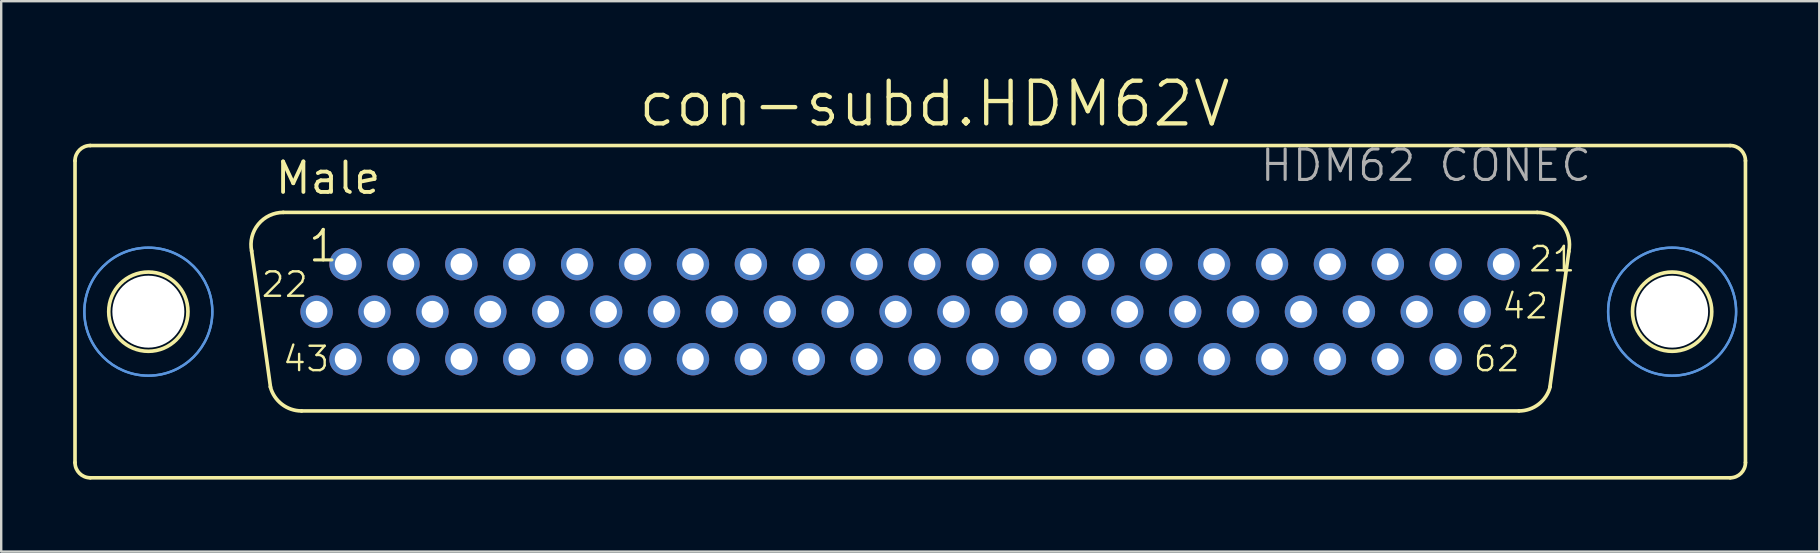
<source format=kicad_pcb>
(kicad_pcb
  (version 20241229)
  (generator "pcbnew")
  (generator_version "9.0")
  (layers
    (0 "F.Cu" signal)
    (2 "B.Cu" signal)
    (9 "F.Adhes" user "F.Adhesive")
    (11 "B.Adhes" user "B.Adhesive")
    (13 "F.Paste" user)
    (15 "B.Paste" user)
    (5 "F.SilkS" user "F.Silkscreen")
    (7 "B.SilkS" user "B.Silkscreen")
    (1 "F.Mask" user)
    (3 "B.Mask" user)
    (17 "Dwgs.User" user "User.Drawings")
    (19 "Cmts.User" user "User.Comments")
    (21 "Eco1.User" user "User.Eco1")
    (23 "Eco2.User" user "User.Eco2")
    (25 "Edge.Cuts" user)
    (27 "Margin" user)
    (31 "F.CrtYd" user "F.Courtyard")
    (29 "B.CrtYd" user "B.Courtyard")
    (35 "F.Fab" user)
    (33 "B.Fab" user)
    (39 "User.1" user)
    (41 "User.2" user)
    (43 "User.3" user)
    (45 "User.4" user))
  (footprint "con-subd.HDM62V"
    (layer "F.Cu")
    (at 34.882 9.938)
    (property "Reference" "con-subd.HDM62V" (at -11.43 -7.62 0) (layer "F.SilkS") (effects (font (size 1.778 1.778) (thickness 0.18)) (justify left bottom)))
    (attr through_hole)
    (fp_line (start -34.806 -6.288) (end -34.806 6.288) (stroke (width 0.152) (type default)) (layer "F.SilkS"))
    (fp_line (start -34.163 6.923) (end 34.171 6.923) (stroke (width 0.152) (type default)) (layer "F.SilkS"))
    (fp_line (start -26.659 3.146) (end -27.447 -2.537) (stroke (width 0.152) (type default)) (layer "F.SilkS"))
    (fp_line (start -26.126 -4.137) (end 26.126 -4.137) (stroke (width 0.152) (type default)) (layer "F.SilkS"))
    (fp_line (start -25.364 4.137) (end 25.364 4.137) (stroke (width 0.152) (type default)) (layer "F.SilkS"))
    (fp_line (start 27.447 -2.511) (end 26.659 3.121) (stroke (width 0.152) (type default)) (layer "F.SilkS"))
    (fp_line (start 34.163 -6.923) (end -34.171 -6.923) (stroke (width 0.152) (type default)) (layer "F.SilkS"))
    (fp_line (start 34.806 -6.288) (end 34.806 6.288) (stroke (width 0.152) (type default)) (layer "F.SilkS"))
    (fp_arc (start -34.806 -6.288) (mid -34.620013 -6.737013) (end -34.171 -6.923) (stroke (width 0.1524) (type default)) (layer "F.SilkS"))
    (fp_arc (start -34.171 6.923) (mid -34.620013 6.737013) (end -34.806 6.288) (stroke (width 0.1524) (type default)) (layer "F.SilkS"))
    (fp_arc (start -27.4461 -2.5268) (mid -27.167082 -3.644284) (end -26.126 -4.137) (stroke (width 0.1524) (type default)) (layer "F.SilkS"))
    (fp_arc (start -25.364 4.137) (mid -26.1875 3.855746) (end -26.6669 3.1295) (stroke (width 0.1524) (type default)) (layer "F.SilkS"))
    (fp_arc (start 26.126 -4.137) (mid 27.174556 -3.635184) (end 27.4415 -2.5038) (stroke (width 0.1524) (type default)) (layer "F.SilkS"))
    (fp_arc (start 26.6669 3.1295) (mid 26.1875 3.855746) (end 25.364 4.137) (stroke (width 0.1524) (type default)) (layer "F.SilkS"))
    (fp_arc (start 34.171 -6.923) (mid 34.620013 -6.737013) (end 34.806 -6.288) (stroke (width 0.1524) (type default)) (layer "F.SilkS"))
    (fp_arc (start 34.806 6.288) (mid 34.620013 6.737013) (end 34.171 6.923) (stroke (width 0.1524) (type default)) (layer "F.SilkS"))
    (fp_circle (center -31.75 0) (end -30.099 0) (stroke (width 0.152) (type default)) (fill no) (layer "F.SilkS"))
    (fp_circle (center 31.75 0) (end 33.401 0) (stroke (width 0.152) (type default)) (fill no) (layer "F.SilkS"))
    (fp_circle (center -31.75 0) (end -29.083 0) (stroke (width 0.1) (type default)) (fill no) (layer "Cmts.User"))
    (fp_circle (center -31.75 0) (end -29.083 0) (stroke (width 0.1) (type default)) (fill no) (layer "Cmts.User"))
    (fp_circle (center 31.75 0) (end 34.417 0) (stroke (width 0.1) (type default)) (fill no) (layer "Cmts.User"))
    (fp_circle (center 31.75 0) (end 34.417 0) (stroke (width 0.1) (type default)) (fill no) (layer "Cmts.User"))
    (fp_text user "22" (at -27.102 -0.535 0) (layer "F.SilkS") (effects (font (size 1.016 1.016) (thickness 0.1)) (justify left bottom)))
    (fp_text user "62" (at 23.407 2.565 0) (layer "F.SilkS") (effects (font (size 1.016 1.016) (thickness 0.1)) (justify left bottom)))
    (fp_text user "21" (at 25.722 -1.595 0) (layer "F.SilkS") (effects (font (size 1.016 1.016) (thickness 0.1)) (justify left bottom)))
    (fp_text user "43" (at -26.21 2.565 0) (layer "F.SilkS") (effects (font (size 1.016 1.016) (thickness 0.1)) (justify left bottom)))
    (fp_text user "42" (at 24.595 0.365 0) (layer "F.SilkS") (effects (font (size 1.016 1.016) (thickness 0.1)) (justify left bottom)))
    (fp_text user "Male" (at -26.543 -4.826 0) (layer "F.SilkS") (effects (font (size 1.27 1.27) (thickness 0.16)) (justify left bottom)))
    (fp_text user "1" (at -25.153 -1.995 0) (layer "F.SilkS") (effects (font (size 1.27 1.27) (thickness 0.13)) (justify left bottom)))
    (fp_text user "HDM62 CONEC" (at 14.51 -5.349 0) (layer "F.Fab") (effects (font (size 1.27 1.27) (thickness 0.13)) (justify left bottom)))
    (pad "" np_thru_hole circle (at -31.75 0) (size 3 3) (drill 3) (layers "*.Cu" "*.Mask"))
    (pad "" np_thru_hole circle (at 31.75 0) (size 3 3) (drill 3) (layers "*.Cu" "*.Mask"))
    (pad "1" thru_hole circle (at -23.532 -1.98) (size 1.35 1.35) (drill 0.9) (layers "*.Cu" "*.Mask"))
    (pad "2" thru_hole circle (at -21.119 -1.98) (size 1.35 1.35) (drill 0.9) (layers "*.Cu" "*.Mask"))
    (pad "3" thru_hole circle (at -18.706 -1.98) (size 1.35 1.35) (drill 0.9) (layers "*.Cu" "*.Mask"))
    (pad "4" thru_hole circle (at -16.293 -1.98) (size 1.35 1.35) (drill 0.9) (layers "*.Cu" "*.Mask"))
    (pad "5" thru_hole circle (at -13.88 -1.98) (size 1.35 1.35) (drill 0.9) (layers "*.Cu" "*.Mask"))
    (pad "6" thru_hole circle (at -11.467 -1.98) (size 1.35 1.35) (drill 0.9) (layers "*.Cu" "*.Mask"))
    (pad "7" thru_hole circle (at -9.054 -1.98) (size 1.35 1.35) (drill 0.9) (layers "*.Cu" "*.Mask"))
    (pad "8" thru_hole circle (at -6.641 -1.98) (size 1.35 1.35) (drill 0.9) (layers "*.Cu" "*.Mask"))
    (pad "9" thru_hole circle (at -4.228 -1.98) (size 1.35 1.35) (drill 0.9) (layers "*.Cu" "*.Mask"))
    (pad "10" thru_hole circle (at -1.815 -1.98) (size 1.35 1.35) (drill 0.9) (layers "*.Cu" "*.Mask"))
    (pad "11" thru_hole circle (at 0.598 -1.98) (size 1.35 1.35) (drill 0.9) (layers "*.Cu" "*.Mask"))
    (pad "12" thru_hole circle (at 3.011 -1.98) (size 1.35 1.35) (drill 0.9) (layers "*.Cu" "*.Mask"))
    (pad "13" thru_hole circle (at 5.424 -1.98) (size 1.35 1.35) (drill 0.9) (layers "*.Cu" "*.Mask"))
    (pad "14" thru_hole circle (at 7.837 -1.98) (size 1.35 1.35) (drill 0.9) (layers "*.Cu" "*.Mask"))
    (pad "15" thru_hole circle (at 10.25 -1.98) (size 1.35 1.35) (drill 0.9) (layers "*.Cu" "*.Mask"))
    (pad "16" thru_hole circle (at 12.663 -1.98) (size 1.35 1.35) (drill 0.9) (layers "*.Cu" "*.Mask"))
    (pad "17" thru_hole circle (at 15.076 -1.98) (size 1.35 1.35) (drill 0.9) (layers "*.Cu" "*.Mask"))
    (pad "18" thru_hole circle (at 17.489 -1.98) (size 1.35 1.35) (drill 0.9) (layers "*.Cu" "*.Mask"))
    (pad "19" thru_hole circle (at 19.902 -1.98) (size 1.35 1.35) (drill 0.9) (layers "*.Cu" "*.Mask"))
    (pad "20" thru_hole circle (at 22.315 -1.98) (size 1.35 1.35) (drill 0.9) (layers "*.Cu" "*.Mask"))
    (pad "21" thru_hole circle (at 24.728 -1.98) (size 1.35 1.35) (drill 0.9) (layers "*.Cu" "*.Mask"))
    (pad "22" thru_hole circle (at -24.739 0) (size 1.35 1.35) (drill 0.9) (layers "*.Cu" "*.Mask"))
    (pad "23" thru_hole circle (at -22.325 0) (size 1.35 1.35) (drill 0.9) (layers "*.Cu" "*.Mask"))
    (pad "24" thru_hole circle (at -19.912 0) (size 1.35 1.35) (drill 0.9) (layers "*.Cu" "*.Mask"))
    (pad "25" thru_hole circle (at -17.499 0) (size 1.35 1.35) (drill 0.9) (layers "*.Cu" "*.Mask"))
    (pad "26" thru_hole circle (at -15.086 0) (size 1.35 1.35) (drill 0.9) (layers "*.Cu" "*.Mask"))
    (pad "27" thru_hole circle (at -12.673 0) (size 1.35 1.35) (drill 0.9) (layers "*.Cu" "*.Mask"))
    (pad "28" thru_hole circle (at -10.26 0) (size 1.35 1.35) (drill 0.9) (layers "*.Cu" "*.Mask"))
    (pad "29" thru_hole circle (at -7.847 0) (size 1.35 1.35) (drill 0.9) (layers "*.Cu" "*.Mask"))
    (pad "30" thru_hole circle (at -5.434 0) (size 1.35 1.35) (drill 0.9) (layers "*.Cu" "*.Mask"))
    (pad "31" thru_hole circle (at -3.021 0) (size 1.35 1.35) (drill 0.9) (layers "*.Cu" "*.Mask"))
    (pad "32" thru_hole circle (at -0.608 0) (size 1.35 1.35) (drill 0.9) (layers "*.Cu" "*.Mask"))
    (pad "33" thru_hole circle (at 1.805 0) (size 1.35 1.35) (drill 0.9) (layers "*.Cu" "*.Mask"))
    (pad "34" thru_hole circle (at 4.218 0) (size 1.35 1.35) (drill 0.9) (layers "*.Cu" "*.Mask"))
    (pad "35" thru_hole circle (at 6.631 0) (size 1.35 1.35) (drill 0.9) (layers "*.Cu" "*.Mask"))
    (pad "36" thru_hole circle (at 9.044 0) (size 1.35 1.35) (drill 0.9) (layers "*.Cu" "*.Mask"))
    (pad "37" thru_hole circle (at 11.457 0) (size 1.35 1.35) (drill 0.9) (layers "*.Cu" "*.Mask"))
    (pad "38" thru_hole circle (at 13.87 0) (size 1.35 1.35) (drill 0.9) (layers "*.Cu" "*.Mask"))
    (pad "39" thru_hole circle (at 16.283 0) (size 1.35 1.35) (drill 0.9) (layers "*.Cu" "*.Mask"))
    (pad "40" thru_hole circle (at 18.696 0) (size 1.35 1.35) (drill 0.9) (layers "*.Cu" "*.Mask"))
    (pad "41" thru_hole circle (at 21.109 0) (size 1.35 1.35) (drill 0.9) (layers "*.Cu" "*.Mask"))
    (pad "42" thru_hole circle (at 23.522 0) (size 1.35 1.35) (drill 0.9) (layers "*.Cu" "*.Mask"))
    (pad "43" thru_hole circle (at -23.532 1.98) (size 1.35 1.35) (drill 0.9) (layers "*.Cu" "*.Mask"))
    (pad "44" thru_hole circle (at -21.119 1.98) (size 1.35 1.35) (drill 0.9) (layers "*.Cu" "*.Mask"))
    (pad "45" thru_hole circle (at -18.706 1.98) (size 1.35 1.35) (drill 0.9) (layers "*.Cu" "*.Mask"))
    (pad "46" thru_hole circle (at -16.293 1.98) (size 1.35 1.35) (drill 0.9) (layers "*.Cu" "*.Mask"))
    (pad "47" thru_hole circle (at -13.88 1.98) (size 1.35 1.35) (drill 0.9) (layers "*.Cu" "*.Mask"))
    (pad "48" thru_hole circle (at -11.467 1.98) (size 1.35 1.35) (drill 0.9) (layers "*.Cu" "*.Mask"))
    (pad "49" thru_hole circle (at -9.054 1.98) (size 1.35 1.35) (drill 0.9) (layers "*.Cu" "*.Mask"))
    (pad "50" thru_hole circle (at -6.641 1.98) (size 1.35 1.35) (drill 0.9) (layers "*.Cu" "*.Mask"))
    (pad "51" thru_hole circle (at -4.228 1.98) (size 1.35 1.35) (drill 0.9) (layers "*.Cu" "*.Mask"))
    (pad "52" thru_hole circle (at -1.815 1.98) (size 1.35 1.35) (drill 0.9) (layers "*.Cu" "*.Mask"))
    (pad "53" thru_hole circle (at 0.598 1.98) (size 1.35 1.35) (drill 0.9) (layers "*.Cu" "*.Mask"))
    (pad "54" thru_hole circle (at 3.011 1.98) (size 1.35 1.35) (drill 0.9) (layers "*.Cu" "*.Mask"))
    (pad "55" thru_hole circle (at 5.424 1.98) (size 1.35 1.35) (drill 0.9) (layers "*.Cu" "*.Mask"))
    (pad "56" thru_hole circle (at 7.837 1.98) (size 1.35 1.35) (drill 0.9) (layers "*.Cu" "*.Mask"))
    (pad "57" thru_hole circle (at 10.25 1.98) (size 1.35 1.35) (drill 0.9) (layers "*.Cu" "*.Mask"))
    (pad "58" thru_hole circle (at 12.663 1.98) (size 1.35 1.35) (drill 0.9) (layers "*.Cu" "*.Mask"))
    (pad "59" thru_hole circle (at 15.076 1.98) (size 1.35 1.35) (drill 0.9) (layers "*.Cu" "*.Mask"))
    (pad "60" thru_hole circle (at 17.489 1.98) (size 1.35 1.35) (drill 0.9) (layers "*.Cu" "*.Mask"))
    (pad "61" thru_hole circle (at 19.902 1.98) (size 1.35 1.35) (drill 0.9) (layers "*.Cu" "*.Mask"))
    (pad "62" thru_hole circle (at 22.315 1.98) (size 1.35 1.35) (drill 0.9) (layers "*.Cu" "*.Mask")))
  (gr_rect
    (start -3 -3)
    (end 72.764 19.937)
    (stroke (width 0.1) (type default))
    (fill no)
    (layer "Edge.Cuts")))
</source>
